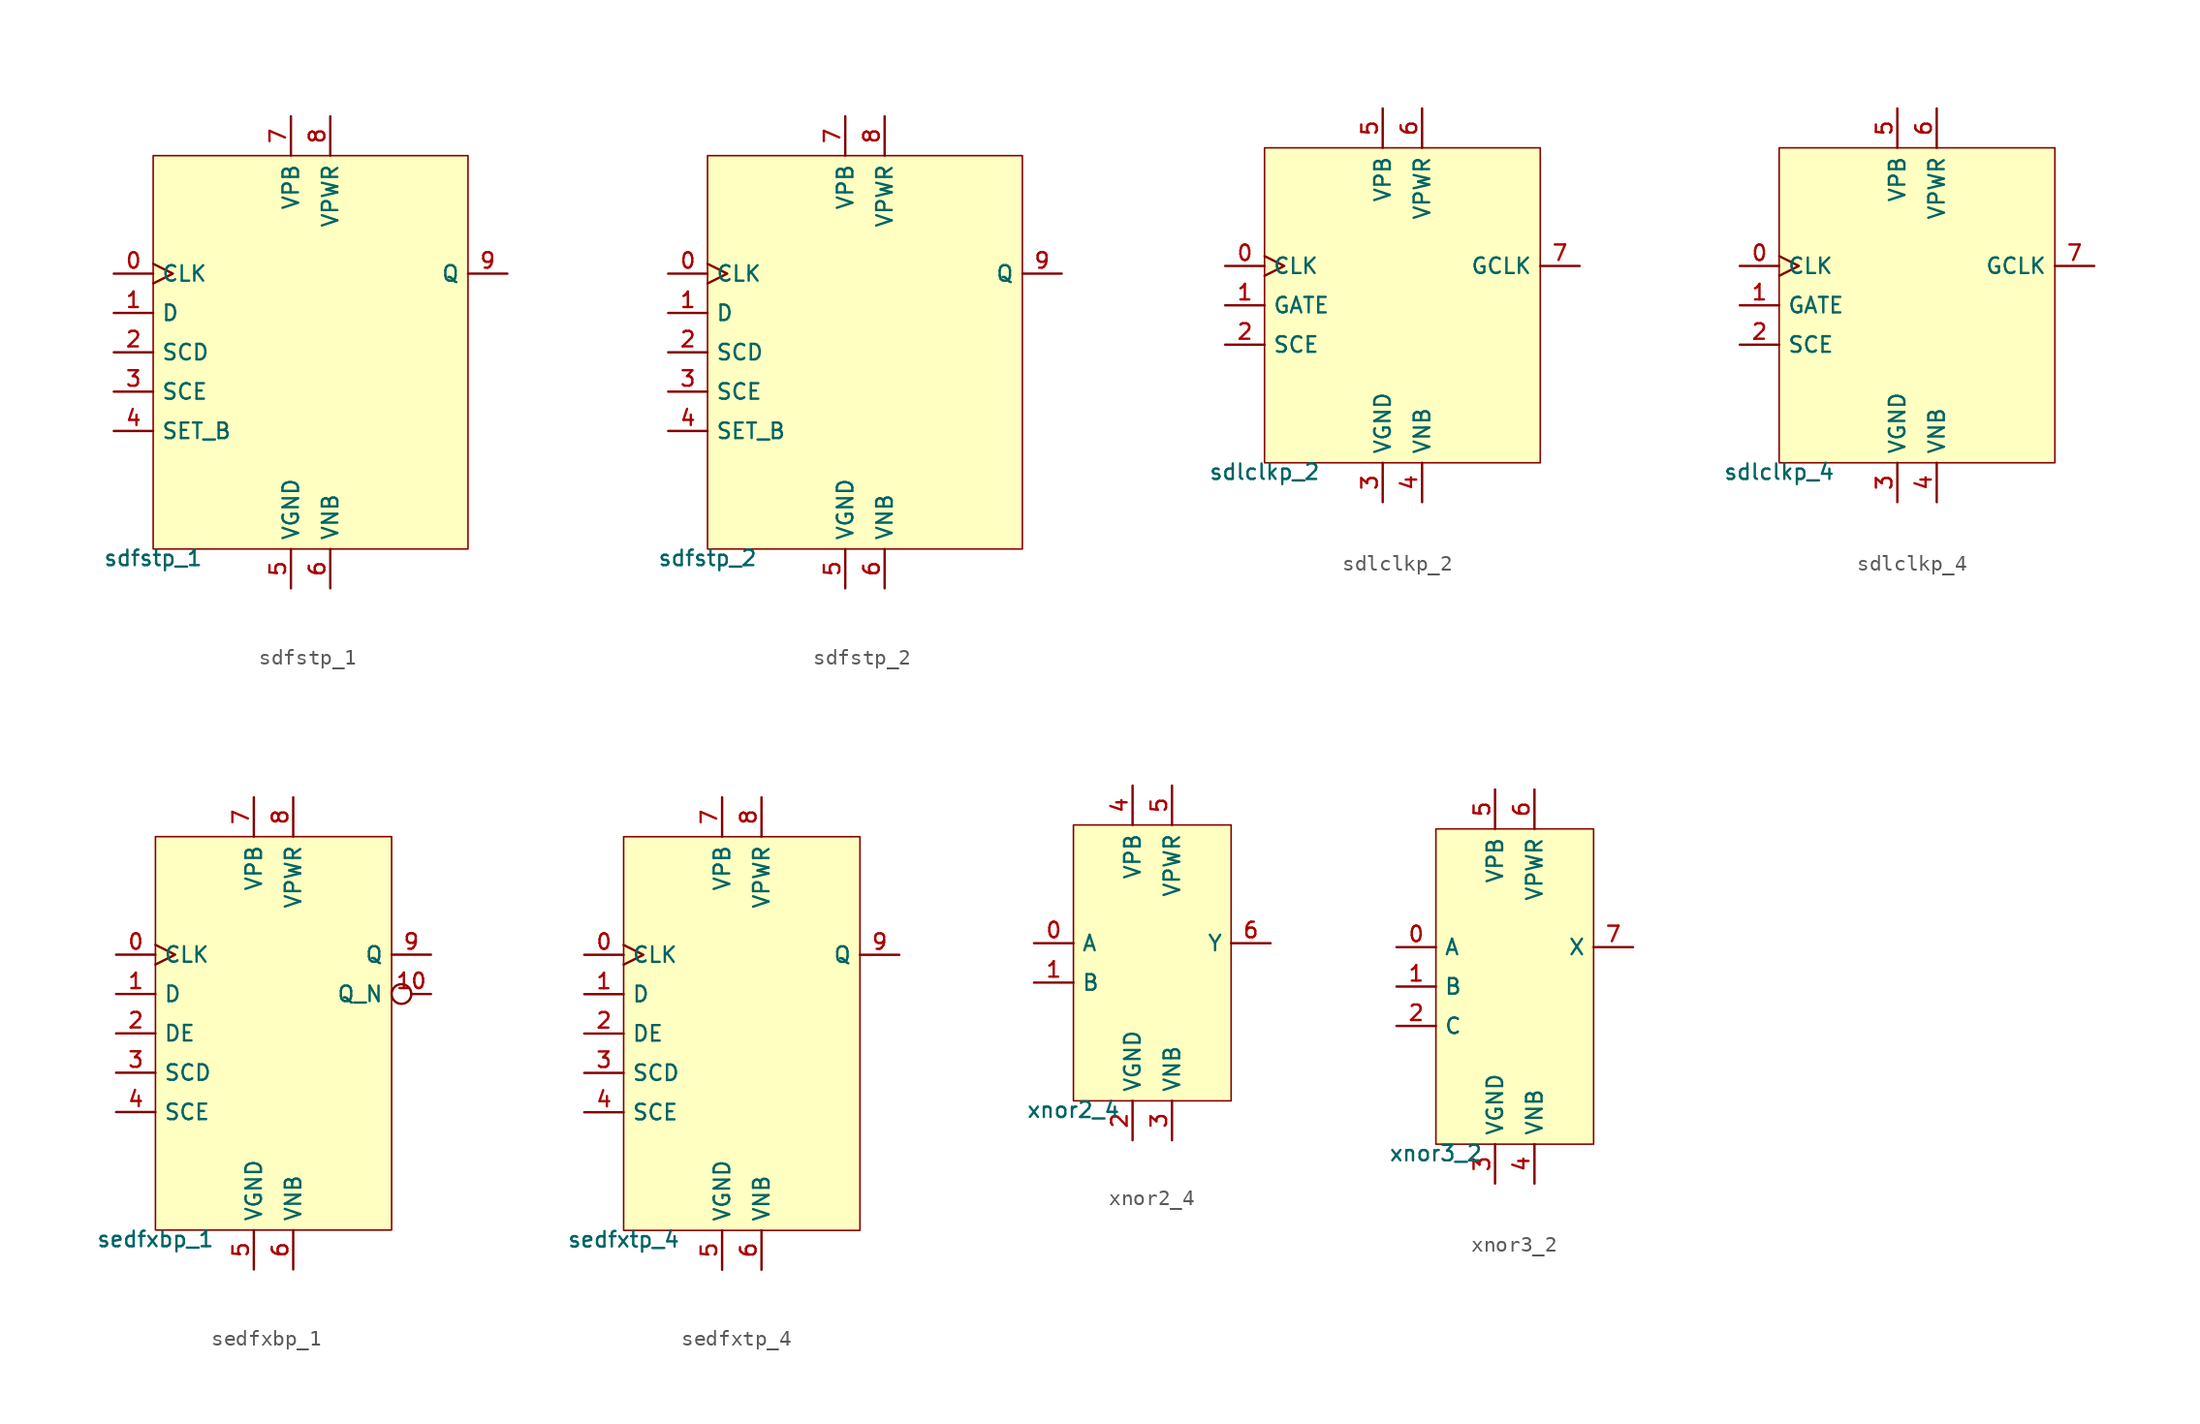
<source format=kicad_sym>
(kicad_symbol_lib
  (version 20211014)
  (generator lef2kicad_sym)
  (symbol "sdfstp_1"
    (property "Reference" "CELL"
      (at 0 0 0)
      (effects (font (size 1 1)) hide))
    (property "Value" "sdfstp_1"
      (at -10.16 -12.7 0)
      (effects (font (size 1 1)) (justify top)))
    (rectangle
      (start -10.16 -12.7)
      (end 10.16 12.7)
      (stroke (width 0.1) (type solid) (color 0 0 0 0))
      (fill (type background)))
    (pin input clock
      (at -12.7 5.08 0)
      (length 2.54)
      (name "CLK" (effects (font (size 1 1)) hide))
      (number "0" (effects (font (size 1 1)) hide)))
    (pin input line
      (at -12.7 2.54 0)
      (length 2.54)
      (name "D" (effects (font (size 1 1)) hide))
      (number "1" (effects (font (size 1 1)) hide)))
    (pin input line
      (at -12.7 -8.881784197001252e-16 0)
      (length 2.54)
      (name "SCD" (effects (font (size 1 1)) hide))
      (number "2" (effects (font (size 1 1)) hide)))
    (pin input line
      (at -12.7 -2.54 0)
      (length 2.54)
      (name "SCE" (effects (font (size 1 1)) hide))
      (number "3" (effects (font (size 1 1)) hide)))
    (pin input line
      (at -12.7 -5.08 0)
      (length 2.54)
      (name "SET_B" (effects (font (size 1 1)) hide))
      (number "4" (effects (font (size 1 1)) hide)))
    (pin power_in line
      (at -1.27 -15.24 90)
      (length 2.54)
      (name "VGND" (effects (font (size 1 1)) hide))
      (number "5" (effects (font (size 1 1)) hide)))
    (pin power_in line
      (at 1.27 -15.24 90)
      (length 2.54)
      (name "VNB" (effects (font (size 1 1)) hide))
      (number "6" (effects (font (size 1 1)) hide)))
    (pin power_in line
      (at -1.27 15.24 270)
      (length 2.54)
      (name "VPB" (effects (font (size 1 1)) hide))
      (number "7" (effects (font (size 1 1)) hide)))
    (pin power_in line
      (at 1.27 15.24 270)
      (length 2.54)
      (name "VPWR" (effects (font (size 1 1)) hide))
      (number "8" (effects (font (size 1 1)) hide)))
    (pin output line
      (at 12.7 5.08 180)
      (length 2.54)
      (name "Q" (effects (font (size 1 1)) hide))
      (number "9" (effects (font (size 1 1)) hide))))
  (symbol "sdfstp_2"
    (property "Reference" "CELL"
      (at 0 0 0)
      (effects (font (size 1 1)) hide))
    (property "Value" "sdfstp_2"
      (at -10.16 -12.7 0)
      (effects (font (size 1 1)) (justify top)))
    (rectangle
      (start -10.16 -12.7)
      (end 10.16 12.7)
      (stroke (width 0.1) (type solid) (color 0 0 0 0))
      (fill (type background)))
    (pin input clock
      (at -12.7 5.08 0)
      (length 2.54)
      (name "CLK" (effects (font (size 1 1)) hide))
      (number "0" (effects (font (size 1 1)) hide)))
    (pin input line
      (at -12.7 2.54 0)
      (length 2.54)
      (name "D" (effects (font (size 1 1)) hide))
      (number "1" (effects (font (size 1 1)) hide)))
    (pin input line
      (at -12.7 -8.881784197001252e-16 0)
      (length 2.54)
      (name "SCD" (effects (font (size 1 1)) hide))
      (number "2" (effects (font (size 1 1)) hide)))
    (pin input line
      (at -12.7 -2.54 0)
      (length 2.54)
      (name "SCE" (effects (font (size 1 1)) hide))
      (number "3" (effects (font (size 1 1)) hide)))
    (pin input line
      (at -12.7 -5.08 0)
      (length 2.54)
      (name "SET_B" (effects (font (size 1 1)) hide))
      (number "4" (effects (font (size 1 1)) hide)))
    (pin power_in line
      (at -1.27 -15.24 90)
      (length 2.54)
      (name "VGND" (effects (font (size 1 1)) hide))
      (number "5" (effects (font (size 1 1)) hide)))
    (pin power_in line
      (at 1.27 -15.24 90)
      (length 2.54)
      (name "VNB" (effects (font (size 1 1)) hide))
      (number "6" (effects (font (size 1 1)) hide)))
    (pin power_in line
      (at -1.27 15.24 270)
      (length 2.54)
      (name "VPB" (effects (font (size 1 1)) hide))
      (number "7" (effects (font (size 1 1)) hide)))
    (pin power_in line
      (at 1.27 15.24 270)
      (length 2.54)
      (name "VPWR" (effects (font (size 1 1)) hide))
      (number "8" (effects (font (size 1 1)) hide)))
    (pin output line
      (at 12.7 5.08 180)
      (length 2.54)
      (name "Q" (effects (font (size 1 1)) hide))
      (number "9" (effects (font (size 1 1)) hide))))
  (symbol "sdlclkp_2"
    (property "Reference" "CELL"
      (at 0 0 0)
      (effects (font (size 1 1)) hide))
    (property "Value" "sdlclkp_2"
      (at -8.89 -10.16 0)
      (effects (font (size 1 1)) (justify top)))
    (rectangle
      (start -8.89 -10.16)
      (end 8.89 10.16)
      (stroke (width 0.1) (type solid) (color 0 0 0 0))
      (fill (type background)))
    (pin input clock
      (at -11.43 2.54 0)
      (length 2.54)
      (name "CLK" (effects (font (size 1 1)) hide))
      (number "0" (effects (font (size 1 1)) hide)))
    (pin input line
      (at -11.43 0.0 0)
      (length 2.54)
      (name "GATE" (effects (font (size 1 1)) hide))
      (number "1" (effects (font (size 1 1)) hide)))
    (pin input line
      (at -11.43 -2.54 0)
      (length 2.54)
      (name "SCE" (effects (font (size 1 1)) hide))
      (number "2" (effects (font (size 1 1)) hide)))
    (pin power_in line
      (at -1.27 -12.7 90)
      (length 2.54)
      (name "VGND" (effects (font (size 1 1)) hide))
      (number "3" (effects (font (size 1 1)) hide)))
    (pin power_in line
      (at 1.27 -12.7 90)
      (length 2.54)
      (name "VNB" (effects (font (size 1 1)) hide))
      (number "4" (effects (font (size 1 1)) hide)))
    (pin power_in line
      (at -1.27 12.7 270)
      (length 2.54)
      (name "VPB" (effects (font (size 1 1)) hide))
      (number "5" (effects (font (size 1 1)) hide)))
    (pin power_in line
      (at 1.27 12.7 270)
      (length 2.54)
      (name "VPWR" (effects (font (size 1 1)) hide))
      (number "6" (effects (font (size 1 1)) hide)))
    (pin output line
      (at 11.43 2.54 180)
      (length 2.54)
      (name "GCLK" (effects (font (size 1 1)) hide))
      (number "7" (effects (font (size 1 1)) hide))))
  (symbol "sdlclkp_4"
    (property "Reference" "CELL"
      (at 0 0 0)
      (effects (font (size 1 1)) hide))
    (property "Value" "sdlclkp_4"
      (at -8.89 -10.16 0)
      (effects (font (size 1 1)) (justify top)))
    (rectangle
      (start -8.89 -10.16)
      (end 8.89 10.16)
      (stroke (width 0.1) (type solid) (color 0 0 0 0))
      (fill (type background)))
    (pin input clock
      (at -11.43 2.54 0)
      (length 2.54)
      (name "CLK" (effects (font (size 1 1)) hide))
      (number "0" (effects (font (size 1 1)) hide)))
    (pin input line
      (at -11.43 0.0 0)
      (length 2.54)
      (name "GATE" (effects (font (size 1 1)) hide))
      (number "1" (effects (font (size 1 1)) hide)))
    (pin input line
      (at -11.43 -2.54 0)
      (length 2.54)
      (name "SCE" (effects (font (size 1 1)) hide))
      (number "2" (effects (font (size 1 1)) hide)))
    (pin power_in line
      (at -1.27 -12.7 90)
      (length 2.54)
      (name "VGND" (effects (font (size 1 1)) hide))
      (number "3" (effects (font (size 1 1)) hide)))
    (pin power_in line
      (at 1.27 -12.7 90)
      (length 2.54)
      (name "VNB" (effects (font (size 1 1)) hide))
      (number "4" (effects (font (size 1 1)) hide)))
    (pin power_in line
      (at -1.27 12.7 270)
      (length 2.54)
      (name "VPB" (effects (font (size 1 1)) hide))
      (number "5" (effects (font (size 1 1)) hide)))
    (pin power_in line
      (at 1.27 12.7 270)
      (length 2.54)
      (name "VPWR" (effects (font (size 1 1)) hide))
      (number "6" (effects (font (size 1 1)) hide)))
    (pin output line
      (at 11.43 2.54 180)
      (length 2.54)
      (name "GCLK" (effects (font (size 1 1)) hide))
      (number "7" (effects (font (size 1 1)) hide))))
  (symbol "sedfxbp_1"
    (property "Reference" "CELL"
      (at 0 0 0)
      (effects (font (size 1 1)) hide))
    (property "Value" "sedfxbp_1"
      (at -7.62 -12.7 0)
      (effects (font (size 1 1)) (justify top)))
    (rectangle
      (start -7.62 -12.7)
      (end 7.62 12.7)
      (stroke (width 0.1) (type solid) (color 0 0 0 0))
      (fill (type background)))
    (pin input clock
      (at -10.16 5.08 0)
      (length 2.54)
      (name "CLK" (effects (font (size 1 1)) hide))
      (number "0" (effects (font (size 1 1)) hide)))
    (pin input line
      (at -10.16 2.54 0)
      (length 2.54)
      (name "D" (effects (font (size 1 1)) hide))
      (number "1" (effects (font (size 1 1)) hide)))
    (pin input line
      (at -10.16 -8.881784197001252e-16 0)
      (length 2.54)
      (name "DE" (effects (font (size 1 1)) hide))
      (number "2" (effects (font (size 1 1)) hide)))
    (pin input line
      (at -10.16 -2.54 0)
      (length 2.54)
      (name "SCD" (effects (font (size 1 1)) hide))
      (number "3" (effects (font (size 1 1)) hide)))
    (pin input line
      (at -10.16 -5.08 0)
      (length 2.54)
      (name "SCE" (effects (font (size 1 1)) hide))
      (number "4" (effects (font (size 1 1)) hide)))
    (pin power_in line
      (at -1.27 -15.24 90)
      (length 2.54)
      (name "VGND" (effects (font (size 1 1)) hide))
      (number "5" (effects (font (size 1 1)) hide)))
    (pin power_in line
      (at 1.27 -15.24 90)
      (length 2.54)
      (name "VNB" (effects (font (size 1 1)) hide))
      (number "6" (effects (font (size 1 1)) hide)))
    (pin power_in line
      (at -1.27 15.24 270)
      (length 2.54)
      (name "VPB" (effects (font (size 1 1)) hide))
      (number "7" (effects (font (size 1 1)) hide)))
    (pin power_in line
      (at 1.27 15.24 270)
      (length 2.54)
      (name "VPWR" (effects (font (size 1 1)) hide))
      (number "8" (effects (font (size 1 1)) hide)))
    (pin output line
      (at 10.16 5.08 180)
      (length 2.54)
      (name "Q" (effects (font (size 1 1)) hide))
      (number "9" (effects (font (size 1 1)) hide)))
    (pin output inverted
      (at 10.16 2.54 180)
      (length 2.54)
      (name "Q_N" (effects (font (size 1 1)) hide))
      (number "10" (effects (font (size 1 1)) hide))))
  (symbol "sedfxtp_4"
    (property "Reference" "CELL"
      (at 0 0 0)
      (effects (font (size 1 1)) hide))
    (property "Value" "sedfxtp_4"
      (at -7.62 -12.7 0)
      (effects (font (size 1 1)) (justify top)))
    (rectangle
      (start -7.62 -12.7)
      (end 7.62 12.7)
      (stroke (width 0.1) (type solid) (color 0 0 0 0))
      (fill (type background)))
    (pin input clock
      (at -10.16 5.08 0)
      (length 2.54)
      (name "CLK" (effects (font (size 1 1)) hide))
      (number "0" (effects (font (size 1 1)) hide)))
    (pin input line
      (at -10.16 2.54 0)
      (length 2.54)
      (name "D" (effects (font (size 1 1)) hide))
      (number "1" (effects (font (size 1 1)) hide)))
    (pin input line
      (at -10.16 -8.881784197001252e-16 0)
      (length 2.54)
      (name "DE" (effects (font (size 1 1)) hide))
      (number "2" (effects (font (size 1 1)) hide)))
    (pin input line
      (at -10.16 -2.54 0)
      (length 2.54)
      (name "SCD" (effects (font (size 1 1)) hide))
      (number "3" (effects (font (size 1 1)) hide)))
    (pin input line
      (at -10.16 -5.08 0)
      (length 2.54)
      (name "SCE" (effects (font (size 1 1)) hide))
      (number "4" (effects (font (size 1 1)) hide)))
    (pin power_in line
      (at -1.27 -15.24 90)
      (length 2.54)
      (name "VGND" (effects (font (size 1 1)) hide))
      (number "5" (effects (font (size 1 1)) hide)))
    (pin power_in line
      (at 1.27 -15.24 90)
      (length 2.54)
      (name "VNB" (effects (font (size 1 1)) hide))
      (number "6" (effects (font (size 1 1)) hide)))
    (pin power_in line
      (at -1.27 15.24 270)
      (length 2.54)
      (name "VPB" (effects (font (size 1 1)) hide))
      (number "7" (effects (font (size 1 1)) hide)))
    (pin power_in line
      (at 1.27 15.24 270)
      (length 2.54)
      (name "VPWR" (effects (font (size 1 1)) hide))
      (number "8" (effects (font (size 1 1)) hide)))
    (pin output line
      (at 10.16 5.08 180)
      (length 2.54)
      (name "Q" (effects (font (size 1 1)) hide))
      (number "9" (effects (font (size 1 1)) hide))))
  (symbol "xnor2_4"
    (property "Reference" "CELL"
      (at 0 0 0)
      (effects (font (size 1 1)) hide))
    (property "Value" "xnor2_4"
      (at -5.08 -8.89 0)
      (effects (font (size 1 1)) (justify top)))
    (rectangle
      (start -5.08 -8.89)
      (end 5.08 8.89)
      (stroke (width 0.1) (type solid) (color 0 0 0 0))
      (fill (type background)))
    (pin input line
      (at -7.62 1.27 0)
      (length 2.54)
      (name "A" (effects (font (size 1 1)) hide))
      (number "0" (effects (font (size 1 1)) hide)))
    (pin input line
      (at -7.62 -1.27 0)
      (length 2.54)
      (name "B" (effects (font (size 1 1)) hide))
      (number "1" (effects (font (size 1 1)) hide)))
    (pin power_in line
      (at -1.27 -11.43 90)
      (length 2.54)
      (name "VGND" (effects (font (size 1 1)) hide))
      (number "2" (effects (font (size 1 1)) hide)))
    (pin power_in line
      (at 1.27 -11.43 90)
      (length 2.54)
      (name "VNB" (effects (font (size 1 1)) hide))
      (number "3" (effects (font (size 1 1)) hide)))
    (pin power_in line
      (at -1.27 11.43 270)
      (length 2.54)
      (name "VPB" (effects (font (size 1 1)) hide))
      (number "4" (effects (font (size 1 1)) hide)))
    (pin power_in line
      (at 1.27 11.43 270)
      (length 2.54)
      (name "VPWR" (effects (font (size 1 1)) hide))
      (number "5" (effects (font (size 1 1)) hide)))
    (pin output line
      (at 7.62 1.27 180)
      (length 2.54)
      (name "Y" (effects (font (size 1 1)) hide))
      (number "6" (effects (font (size 1 1)) hide))))
  (symbol "xnor3_2"
    (property "Reference" "CELL"
      (at 0 0 0)
      (effects (font (size 1 1)) hide))
    (property "Value" "xnor3_2"
      (at -5.08 -10.16 0)
      (effects (font (size 1 1)) (justify top)))
    (rectangle
      (start -5.08 -10.16)
      (end 5.08 10.16)
      (stroke (width 0.1) (type solid) (color 0 0 0 0))
      (fill (type background)))
    (pin input line
      (at -7.62 2.54 0)
      (length 2.54)
      (name "A" (effects (font (size 1 1)) hide))
      (number "0" (effects (font (size 1 1)) hide)))
    (pin input line
      (at -7.62 0.0 0)
      (length 2.54)
      (name "B" (effects (font (size 1 1)) hide))
      (number "1" (effects (font (size 1 1)) hide)))
    (pin input line
      (at -7.62 -2.54 0)
      (length 2.54)
      (name "C" (effects (font (size 1 1)) hide))
      (number "2" (effects (font (size 1 1)) hide)))
    (pin power_in line
      (at -1.27 -12.7 90)
      (length 2.54)
      (name "VGND" (effects (font (size 1 1)) hide))
      (number "3" (effects (font (size 1 1)) hide)))
    (pin power_in line
      (at 1.27 -12.7 90)
      (length 2.54)
      (name "VNB" (effects (font (size 1 1)) hide))
      (number "4" (effects (font (size 1 1)) hide)))
    (pin power_in line
      (at -1.27 12.7 270)
      (length 2.54)
      (name "VPB" (effects (font (size 1 1)) hide))
      (number "5" (effects (font (size 1 1)) hide)))
    (pin power_in line
      (at 1.27 12.7 270)
      (length 2.54)
      (name "VPWR" (effects (font (size 1 1)) hide))
      (number "6" (effects (font (size 1 1)) hide)))
    (pin output line
      (at 7.62 2.54 180)
      (length 2.54)
      (name "X" (effects (font (size 1 1)) hide))
      (number "7" (effects (font (size 1 1)) hide)))))
</source>
